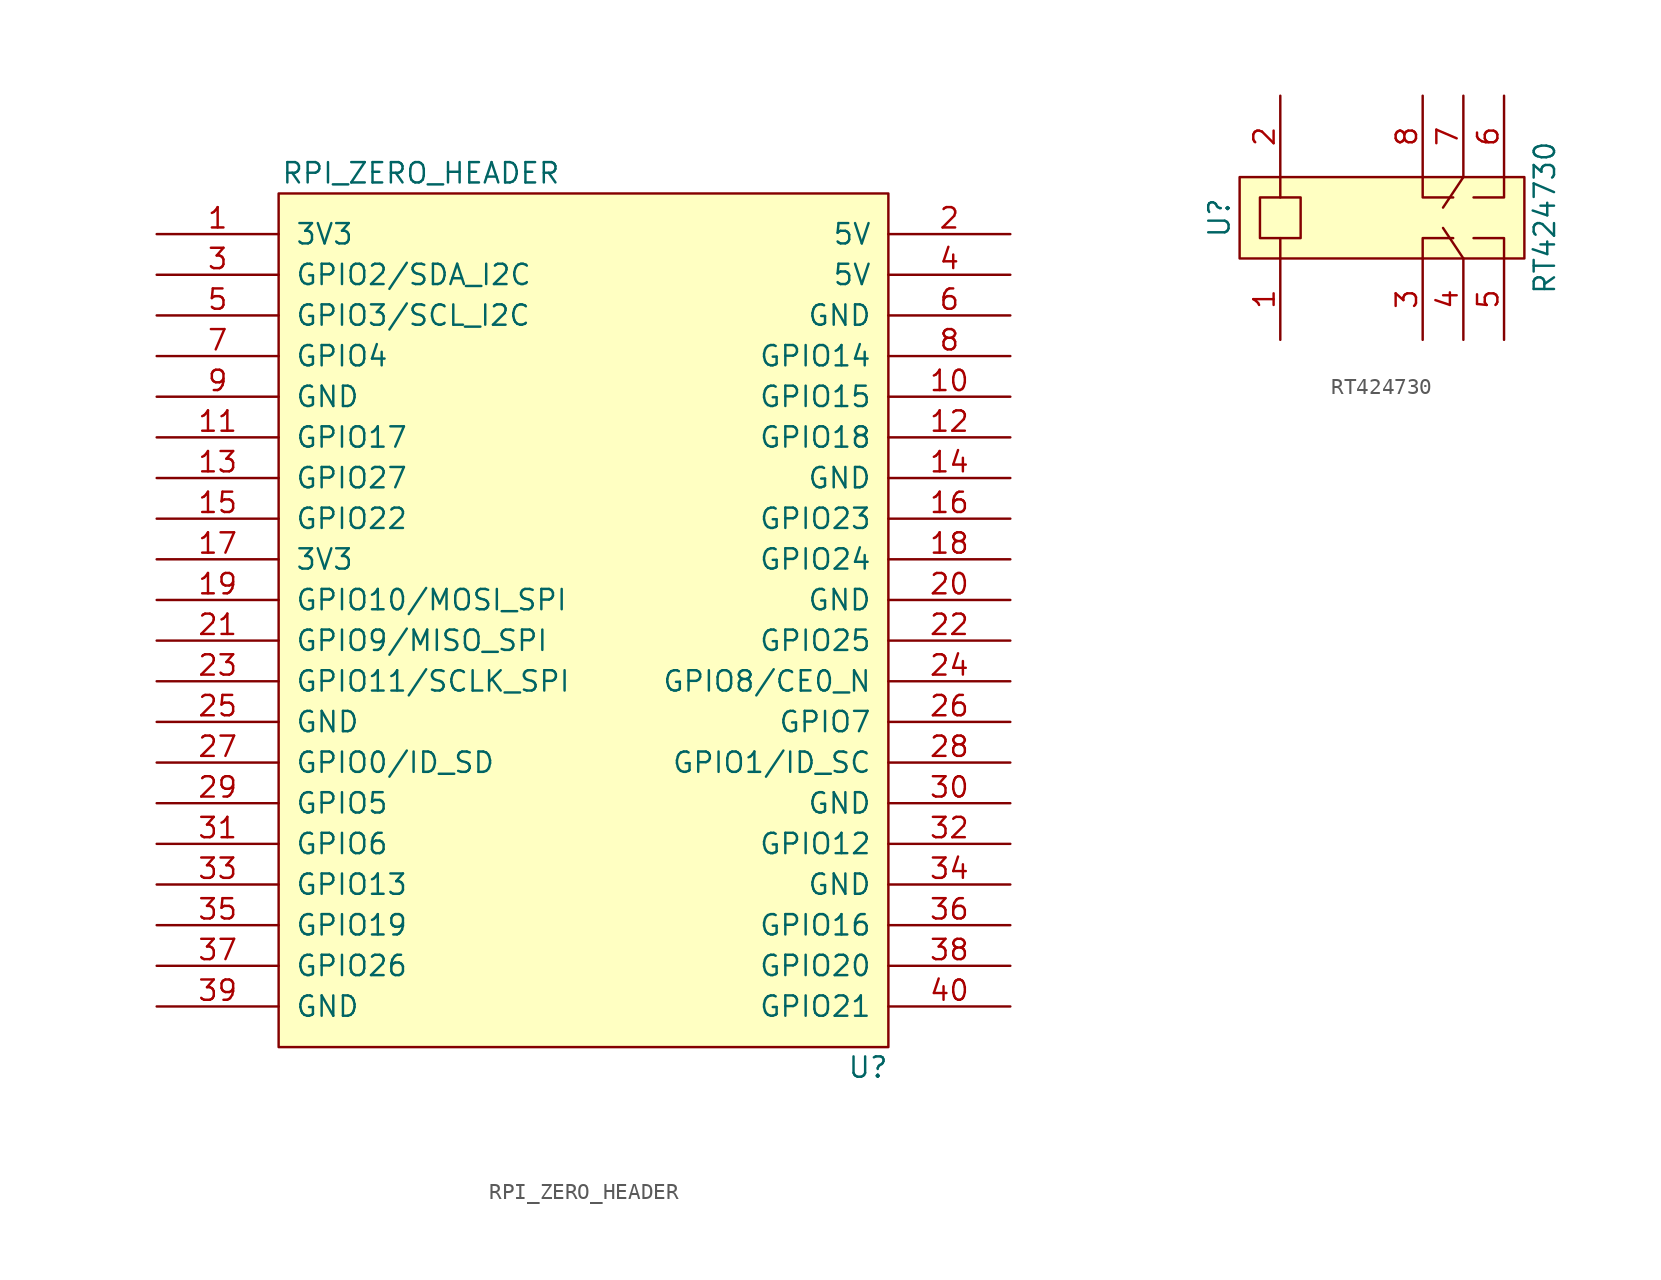
<source format=kicad_sym>
(kicad_symbol_lib
  (version 20211014)
  (generator kicad_symbol_editor)
  (symbol "RPI_ZERO_HEADER"
    (pin_names
      (offset 1.016))
    (property "Reference" "U"
      (at 17.78 -54.61 0)
      (effects (font (size 1.27 1.27))))
    (property "Value" "RPI_ZERO_HEADER"
      (at -10.16 1.27 0)
      (effects (font (size 1.27 1.27))))
    (symbol "RPI_ZERO_HEADER_0_1"
      (rectangle (start -19.05 0) (end 19.05 -53.34) (stroke (width 0) (type default) (color 0 0 0 0)) (fill (type background))))
    (symbol "RPI_ZERO_HEADER_1_1"
      (pin input line (at -26.67 -2.54 0) (length 7.62) (name "3V3" (effects (font (size 1.27 1.27)))) (number "1" (effects (font (size 1.27 1.27)))))
      (pin input line (at 26.67 -12.7 180) (length 7.62) (name "GPIO15" (effects (font (size 1.27 1.27)))) (number "10" (effects (font (size 1.27 1.27)))))
      (pin input line (at -26.67 -15.24 0) (length 7.62) (name "GPIO17" (effects (font (size 1.27 1.27)))) (number "11" (effects (font (size 1.27 1.27)))))
      (pin input line (at 26.67 -15.24 180) (length 7.62) (name "GPIO18" (effects (font (size 1.27 1.27)))) (number "12" (effects (font (size 1.27 1.27)))))
      (pin input line (at -26.67 -17.78 0) (length 7.62) (name "GPIO27" (effects (font (size 1.27 1.27)))) (number "13" (effects (font (size 1.27 1.27)))))
      (pin input line (at 26.67 -17.78 180) (length 7.62) (name "GND" (effects (font (size 1.27 1.27)))) (number "14" (effects (font (size 1.27 1.27)))))
      (pin input line (at -26.67 -20.32 0) (length 7.62) (name "GPIO22" (effects (font (size 1.27 1.27)))) (number "15" (effects (font (size 1.27 1.27)))))
      (pin input line (at 26.67 -20.32 180) (length 7.62) (name "GPIO23" (effects (font (size 1.27 1.27)))) (number "16" (effects (font (size 1.27 1.27)))))
      (pin input line (at -26.67 -22.86 0) (length 7.62) (name "3V3" (effects (font (size 1.27 1.27)))) (number "17" (effects (font (size 1.27 1.27)))))
      (pin input line (at 26.67 -22.86 180) (length 7.62) (name "GPIO24" (effects (font (size 1.27 1.27)))) (number "18" (effects (font (size 1.27 1.27)))))
      (pin input line (at -26.67 -25.4 0) (length 7.62) (name "GPIO10/MOSI_SPI" (effects (font (size 1.27 1.27)))) (number "19" (effects (font (size 1.27 1.27)))))
      (pin input line (at 26.67 -2.54 180) (length 7.62) (name "5V" (effects (font (size 1.27 1.27)))) (number "2" (effects (font (size 1.27 1.27)))))
      (pin input line (at 26.67 -25.4 180) (length 7.62) (name "GND" (effects (font (size 1.27 1.27)))) (number "20" (effects (font (size 1.27 1.27)))))
      (pin input line (at -26.67 -27.94 0) (length 7.62) (name "GPIO9/MISO_SPI" (effects (font (size 1.27 1.27)))) (number "21" (effects (font (size 1.27 1.27)))))
      (pin input line (at 26.67 -27.94 180) (length 7.62) (name "GPIO25" (effects (font (size 1.27 1.27)))) (number "22" (effects (font (size 1.27 1.27)))))
      (pin input line (at -26.67 -30.48 0) (length 7.62) (name "GPIO11/SCLK_SPI" (effects (font (size 1.27 1.27)))) (number "23" (effects (font (size 1.27 1.27)))))
      (pin input line (at 26.67 -30.48 180) (length 7.62) (name "GPIO8/CE0_N" (effects (font (size 1.27 1.27)))) (number "24" (effects (font (size 1.27 1.27)))))
      (pin input line (at -26.67 -33.02 0) (length 7.62) (name "GND" (effects (font (size 1.27 1.27)))) (number "25" (effects (font (size 1.27 1.27)))))
      (pin input line (at 26.67 -33.02 180) (length 7.62) (name "GPIO7" (effects (font (size 1.27 1.27)))) (number "26" (effects (font (size 1.27 1.27)))))
      (pin input line (at -26.67 -35.56 0) (length 7.62) (name "GPIO0/ID_SD" (effects (font (size 1.27 1.27)))) (number "27" (effects (font (size 1.27 1.27)))))
      (pin input line (at 26.67 -35.56 180) (length 7.62) (name "GPIO1/ID_SC" (effects (font (size 1.27 1.27)))) (number "28" (effects (font (size 1.27 1.27)))))
      (pin input line (at -26.67 -38.1 0) (length 7.62) (name "GPIO5" (effects (font (size 1.27 1.27)))) (number "29" (effects (font (size 1.27 1.27)))))
      (pin input line (at -26.67 -5.08 0) (length 7.62) (name "GPIO2/SDA_I2C" (effects (font (size 1.27 1.27)))) (number "3" (effects (font (size 1.27 1.27)))))
      (pin input line (at 26.67 -38.1 180) (length 7.62) (name "GND" (effects (font (size 1.27 1.27)))) (number "30" (effects (font (size 1.27 1.27)))))
      (pin input line (at -26.67 -40.64 0) (length 7.62) (name "GPIO6" (effects (font (size 1.27 1.27)))) (number "31" (effects (font (size 1.27 1.27)))))
      (pin input line (at 26.67 -40.64 180) (length 7.62) (name "GPIO12" (effects (font (size 1.27 1.27)))) (number "32" (effects (font (size 1.27 1.27)))))
      (pin input line (at -26.67 -43.18 0) (length 7.62) (name "GPIO13" (effects (font (size 1.27 1.27)))) (number "33" (effects (font (size 1.27 1.27)))))
      (pin input line (at 26.67 -43.18 180) (length 7.62) (name "GND" (effects (font (size 1.27 1.27)))) (number "34" (effects (font (size 1.27 1.27)))))
      (pin input line (at -26.67 -45.72 0) (length 7.62) (name "GPIO19" (effects (font (size 1.27 1.27)))) (number "35" (effects (font (size 1.27 1.27)))))
      (pin input line (at 26.67 -45.72 180) (length 7.62) (name "GPIO16" (effects (font (size 1.27 1.27)))) (number "36" (effects (font (size 1.27 1.27)))))
      (pin input line (at -26.67 -48.26 0) (length 7.62) (name "GPIO26" (effects (font (size 1.27 1.27)))) (number "37" (effects (font (size 1.27 1.27)))))
      (pin input line (at 26.67 -48.26 180) (length 7.62) (name "GPIO20" (effects (font (size 1.27 1.27)))) (number "38" (effects (font (size 1.27 1.27)))))
      (pin input line (at -26.67 -50.8 0) (length 7.62) (name "GND" (effects (font (size 1.27 1.27)))) (number "39" (effects (font (size 1.27 1.27)))))
      (pin input line (at 26.67 -5.08 180) (length 7.62) (name "5V" (effects (font (size 1.27 1.27)))) (number "4" (effects (font (size 1.27 1.27)))))
      (pin input line (at 26.67 -50.8 180) (length 7.62) (name "GPIO21" (effects (font (size 1.27 1.27)))) (number "40" (effects (font (size 1.27 1.27)))))
      (pin input line (at -26.67 -7.62 0) (length 7.62) (name "GPIO3/SCL_I2C" (effects (font (size 1.27 1.27)))) (number "5" (effects (font (size 1.27 1.27)))))
      (pin input line (at 26.67 -7.62 180) (length 7.62) (name "GND" (effects (font (size 1.27 1.27)))) (number "6" (effects (font (size 1.27 1.27)))))
      (pin input line (at -26.67 -10.16 0) (length 7.62) (name "GPIO4" (effects (font (size 1.27 1.27)))) (number "7" (effects (font (size 1.27 1.27)))))
      (pin input line (at 26.67 -10.16 180) (length 7.62) (name "GPIO14" (effects (font (size 1.27 1.27)))) (number "8" (effects (font (size 1.27 1.27)))))
      (pin input line (at -26.67 -12.7 0) (length 7.62) (name "GND" (effects (font (size 1.27 1.27)))) (number "9" (effects (font (size 1.27 1.27)))))))
  (symbol "RT424730"
    (pin_names
      (offset 1.016))
    (property "Reference" "U"
      (at -3.81 -2.54 90)
      (effects (font (size 1.27 1.27))))
    (property "Value" "RT424730"
      (at 16.51 -2.54 90)
      (effects (font (size 1.27 1.27))))
    (symbol "RT424730_0_1"
      (polyline (pts (xy 0 -5.08) (xy 0 -3.81)) (stroke (width 0) (type default) (color 0 0 0 0)) (fill (type none)))
      (polyline (pts (xy 0 0) (xy 0 -1.27)) (stroke (width 0) (type default) (color 0 0 0 0)) (fill (type none)))
      (polyline (pts (xy 11.43 -5.08) (xy 10.16 -3.175)) (stroke (width 0) (type default) (color 0 0 0 0)) (fill (type none)))
      (polyline (pts (xy 11.43 0) (xy 10.16 -1.905)) (stroke (width 0) (type default) (color 0 0 0 0)) (fill (type none)))
      (polyline (pts (xy 8.89 0) (xy 8.89 -1.27) (xy 10.795 -1.27)) (stroke (width 0) (type default) (color 0 0 0 0)) (fill (type none)))
      (polyline (pts (xy 10.795 -3.81) (xy 8.89 -3.81) (xy 8.89 -5.08)) (stroke (width 0) (type default) (color 0 0 0 0)) (fill (type none)))
      (polyline (pts (xy 13.97 -5.08) (xy 13.97 -3.81) (xy 12.065 -3.81)) (stroke (width 0) (type default) (color 0 0 0 0)) (fill (type none)))
      (polyline (pts (xy 13.97 0) (xy 13.97 -1.27) (xy 12.065 -1.27)) (stroke (width 0) (type default) (color 0 0 0 0)) (fill (type none)))
      (polyline (pts (xy 0 -1.27) (xy -1.27 -1.27) (xy -1.27 -3.81) (xy 0.635 -3.81) (xy 1.27 -3.81) (xy 1.27 -1.27) (xy 0 -1.27)) (stroke (width 0) (type default) (color 0 0 0 0)) (fill (type none)))
      (rectangle (start 15.24 0) (end -2.54 -5.08) (stroke (width 0) (type default) (color 0 0 0 0)) (fill (type background))))
    (symbol "RT424730_1_1"
      (pin input line (at 0 -10.16 90) (length 5.08) (name "~" (effects (font (size 1.27 1.27)))) (number "1" (effects (font (size 1.27 1.27)))))
      (pin input line (at 0 5.08 270) (length 5.08) (name "~" (effects (font (size 1.27 1.27)))) (number "2" (effects (font (size 1.27 1.27)))))
      (pin input line (at 8.89 -10.16 90) (length 5.08) (name "~" (effects (font (size 1.27 1.27)))) (number "3" (effects (font (size 1.27 1.27)))))
      (pin input line (at 11.43 -10.16 90) (length 5.08) (name "~" (effects (font (size 1.27 1.27)))) (number "4" (effects (font (size 1.27 1.27)))))
      (pin input line (at 13.97 -10.16 90) (length 5.08) (name "~" (effects (font (size 1.27 1.27)))) (number "5" (effects (font (size 1.27 1.27)))))
      (pin input line (at 13.97 5.08 270) (length 5.08) (name "~" (effects (font (size 1.27 1.27)))) (number "6" (effects (font (size 1.27 1.27)))))
      (pin input line (at 11.43 5.08 270) (length 5.08) (name "~" (effects (font (size 1.27 1.27)))) (number "7" (effects (font (size 1.27 1.27)))))
      (pin input line (at 8.89 5.08 270) (length 5.08) (name "~" (effects (font (size 1.27 1.27)))) (number "8" (effects (font (size 1.27 1.27))))))))
</source>
